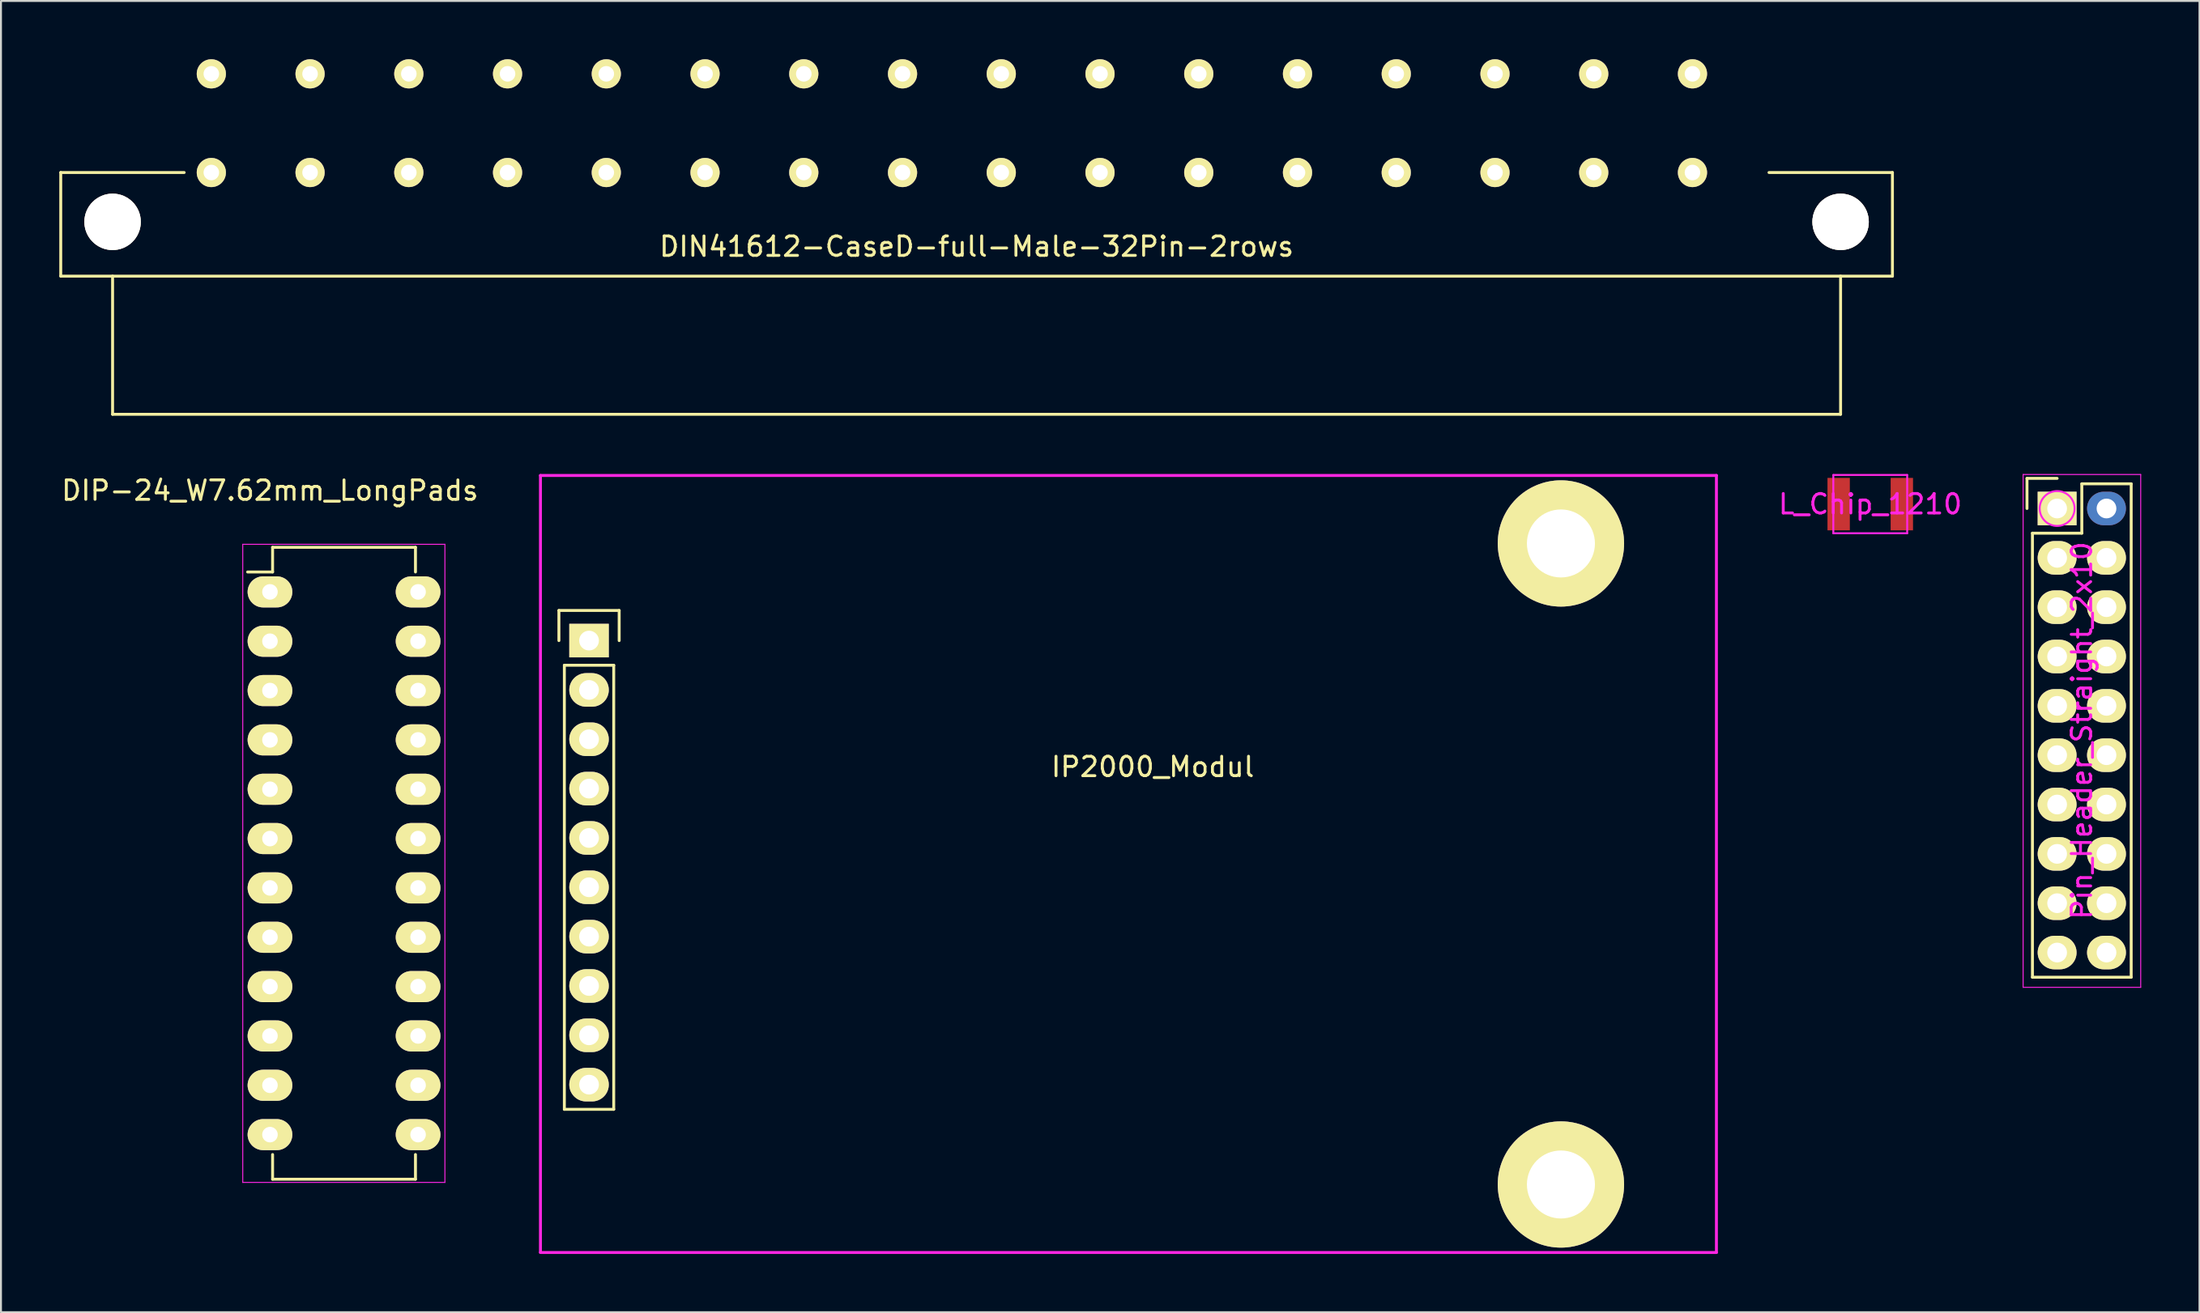
<source format=kicad_pcb>
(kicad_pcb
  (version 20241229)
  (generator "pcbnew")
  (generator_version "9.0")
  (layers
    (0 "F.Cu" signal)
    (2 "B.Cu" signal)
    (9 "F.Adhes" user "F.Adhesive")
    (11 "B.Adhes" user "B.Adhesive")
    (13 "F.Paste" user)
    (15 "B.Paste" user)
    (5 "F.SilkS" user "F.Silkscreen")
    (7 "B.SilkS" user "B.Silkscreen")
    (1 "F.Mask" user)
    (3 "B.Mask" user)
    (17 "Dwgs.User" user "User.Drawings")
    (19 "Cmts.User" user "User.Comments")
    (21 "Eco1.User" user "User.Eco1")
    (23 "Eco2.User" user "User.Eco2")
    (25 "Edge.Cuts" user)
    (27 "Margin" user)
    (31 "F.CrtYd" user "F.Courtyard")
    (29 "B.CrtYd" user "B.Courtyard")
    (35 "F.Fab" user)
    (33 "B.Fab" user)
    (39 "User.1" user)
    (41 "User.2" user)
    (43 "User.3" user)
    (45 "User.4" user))
  (footprint "Pin_Header_Straight_2x10"
    (layer "F.Cu")
    (at 102.782 23.127)
    (property "Reference" "Pin_Header_Straight_2x10" (at 1.27 11.43 90) (layer "F.CrtYd") (effects (font (size 1 1) (thickness 0.15))))
    (attr through_hole)
    (fp_line (start -1.55 -1.55) (end -1.55 0) (stroke (width 0.15) (type solid)) (layer "F.SilkS"))
    (fp_line (start -1.27 1.27) (end -1.27 24.13) (stroke (width 0.15) (type solid)) (layer "F.SilkS"))
    (fp_line (start 0 -1.55) (end -1.55 -1.55) (stroke (width 0.15) (type solid)) (layer "F.SilkS"))
    (fp_line (start 1.27 -1.27) (end 1.27 1.27) (stroke (width 0.15) (type solid)) (layer "F.SilkS"))
    (fp_line (start 1.27 1.27) (end -1.27 1.27) (stroke (width 0.15) (type solid)) (layer "F.SilkS"))
    (fp_line (start 3.81 -1.27) (end 1.27 -1.27) (stroke (width 0.15) (type solid)) (layer "F.SilkS"))
    (fp_line (start 3.81 24.13) (end -1.27 24.13) (stroke (width 0.15) (type solid)) (layer "F.SilkS"))
    (fp_line (start 3.81 24.13) (end 3.81 -1.27) (stroke (width 0.15) (type solid)) (layer "F.SilkS"))
    (fp_line (start -1.75 -1.75) (end -1.75 24.65) (stroke (width 0.05) (type solid)) (layer "F.CrtYd"))
    (fp_line (start -1.75 -1.75) (end 4.3 -1.75) (stroke (width 0.05) (type solid)) (layer "F.CrtYd"))
    (fp_line (start -1.75 24.65) (end 4.3 24.65) (stroke (width 0.05) (type solid)) (layer "F.CrtYd"))
    (fp_line (start 4.3 -1.75) (end 4.3 24.65) (stroke (width 0.05) (type solid)) (layer "F.CrtYd"))
    (fp_circle (center 0 0) (end 0.635 0.635) (stroke (width 0.1) (type solid)) (fill no) (layer "F.CrtYd"))
    (pad "1" thru_hole rect (at 0 0) (size 2 1.727) (drill 1.016) (layers "*.Cu" "*.Mask" "F.SilkS"))
    (pad "2" thru_hole oval (at 2.54 0) (size 2 1.727) (drill 1.016) (layers "*.Cu" "*.Mask"))
    (pad "3" thru_hole oval (at 0 2.54) (size 2 1.727) (drill 1.016) (layers "*.Cu" "*.Mask" "F.SilkS"))
    (pad "4" thru_hole oval (at 2.54 2.54) (size 2 1.727) (drill 1.016) (layers "*.Cu" "*.Mask" "F.SilkS"))
    (pad "5" thru_hole oval (at 0 5.08) (size 2 1.727) (drill 1.016) (layers "*.Cu" "*.Mask" "F.SilkS"))
    (pad "6" thru_hole oval (at 2.54 5.08) (size 2 1.727) (drill 1.016) (layers "*.Cu" "*.Mask" "F.SilkS"))
    (pad "7" thru_hole oval (at 0 7.62) (size 2 1.727) (drill 1.016) (layers "*.Cu" "*.Mask" "F.SilkS"))
    (pad "8" thru_hole oval (at 2.54 7.62) (size 2 1.727) (drill 1.016) (layers "*.Cu" "*.Mask" "F.SilkS"))
    (pad "9" thru_hole oval (at 0 10.16) (size 2 1.727) (drill 1.016) (layers "*.Cu" "*.Mask" "F.SilkS"))
    (pad "10" thru_hole oval (at 2.54 10.16) (size 2 1.727) (drill 1.016) (layers "*.Cu" "*.Mask" "F.SilkS"))
    (pad "11" thru_hole oval (at 0 12.7) (size 2 1.727) (drill 1.016) (layers "*.Cu" "*.Mask" "F.SilkS"))
    (pad "12" thru_hole oval (at 2.54 12.7) (size 2 1.727) (drill 1.016) (layers "*.Cu" "*.Mask" "F.SilkS"))
    (pad "13" thru_hole oval (at 0 15.24) (size 2 1.727) (drill 1.016) (layers "*.Cu" "*.Mask" "F.SilkS"))
    (pad "14" thru_hole oval (at 2.54 15.24) (size 2 1.727) (drill 1.016) (layers "*.Cu" "*.Mask" "F.SilkS"))
    (pad "15" thru_hole oval (at 0 17.78) (size 2 1.727) (drill 1.016) (layers "*.Cu" "*.Mask" "F.SilkS"))
    (pad "16" thru_hole oval (at 2.54 17.78) (size 2 1.727) (drill 1.016) (layers "*.Cu" "*.Mask" "F.SilkS"))
    (pad "17" thru_hole oval (at 0 20.32) (size 2 1.727) (drill 1.016) (layers "*.Cu" "*.Mask" "F.SilkS"))
    (pad "18" thru_hole oval (at 2.54 20.32) (size 2 1.727) (drill 1.016) (layers "*.Cu" "*.Mask" "F.SilkS"))
    (pad "19" thru_hole oval (at 0 22.86) (size 2 1.727) (drill 1.016) (layers "*.Cu" "*.Mask" "F.SilkS"))
    (pad "20" thru_hole oval (at 2.54 22.86) (size 2 1.727) (drill 1.016) (layers "*.Cu" "*.Mask" "F.SilkS")))
  (footprint "L_Chip_1210"
    (layer "F.Cu")
    (at 93.168 22.902)
    (property "Reference" "L_Chip_1210" (at 0 0 0) (layer "F.CrtYd") (effects (font (size 1 1) (thickness 0.15))))
    (attr smd)
    (fp_line (start -1.9 -1.5) (end 1.9 -1.5) (stroke (width 0.1) (type solid)) (layer "F.CrtYd"))
    (fp_line (start -1.9 1.5) (end -1.9 -1.5) (stroke (width 0.1) (type solid)) (layer "F.CrtYd"))
    (fp_line (start 1.9 -1.5) (end 1.9 1.5) (stroke (width 0.1) (type solid)) (layer "F.CrtYd"))
    (fp_line (start 1.9 1.5) (end -1.9 1.5) (stroke (width 0.1) (type solid)) (layer "F.CrtYd"))
    (pad "1" smd rect (at -1.625 0) (size 1.15 2.7) (layers "F.Cu" "F.Mask" "F.Paste"))
    (pad "2" smd rect (at 1.625 0) (size 1.15 2.7) (layers "F.Cu" "F.Mask" "F.Paste")))
  (footprint "DIN41612-CaseD-full-Male-32Pin-2rows"
    (layer "F.Cu")
    (at 47.192 3.291)
    (property "Reference" "DIN41612-CaseD-full-Male-32Pin-2rows" (at 0 6.35 0) (layer "F.SilkS") (effects (font (size 1 1) (thickness 0.15))))
    (attr through_hole)
    (fp_line (start -47.117 2.54) (end -40.767 2.54) (stroke (width 0.15) (type solid)) (layer "F.SilkS"))
    (fp_line (start -47.117 7.874) (end -47.117 2.54) (stroke (width 0.15) (type solid)) (layer "F.SilkS"))
    (fp_line (start -44.45 14.986) (end -44.45 7.874) (stroke (width 0.15) (type solid)) (layer "F.SilkS"))
    (fp_line (start 44.45 7.874) (end 44.45 14.986) (stroke (width 0.15) (type solid)) (layer "F.SilkS"))
    (fp_line (start 44.45 14.986) (end -44.45 14.986) (stroke (width 0.15) (type solid)) (layer "F.SilkS"))
    (fp_line (start 47.117 2.54) (end 40.767 2.54) (stroke (width 0.15) (type solid)) (layer "F.SilkS"))
    (fp_line (start 47.117 2.54) (end 47.117 7.874) (stroke (width 0.15) (type solid)) (layer "F.SilkS"))
    (fp_line (start 47.117 7.874) (end -47.117 7.874) (stroke (width 0.15) (type solid)) (layer "F.SilkS"))
    (pad "1" thru_hole circle (at -44.45 5.08) (size 2.901 2.901) (drill 2.901) (layers "*.Cu" "*.Mask" "F.SilkS"))
    (pad "1" thru_hole circle (at 44.45 5.08) (size 2.901 2.901) (drill 2.901) (layers "*.Cu" "*.Mask" "F.SilkS"))
    (pad "2a" thru_hole circle (at 36.83 -2.54 180) (size 1.501 1.501) (drill 0.8) (layers "*.Cu" "*.Mask" "F.SilkS"))
    (pad "2c" thru_hole circle (at 36.83 2.54 180) (size 1.501 1.501) (drill 0.8) (layers "*.Cu" "*.Mask" "F.SilkS"))
    (pad "4a" thru_hole circle (at 31.75 -2.54 180) (size 1.501 1.501) (drill 0.8) (layers "*.Cu" "*.Mask" "F.SilkS"))
    (pad "4c" thru_hole circle (at 31.75 2.54 180) (size 1.501 1.501) (drill 0.8) (layers "*.Cu" "*.Mask" "F.SilkS"))
    (pad "6a" thru_hole circle (at 26.67 -2.54 180) (size 1.501 1.501) (drill 0.8) (layers "*.Cu" "*.Mask" "F.SilkS"))
    (pad "6c" thru_hole circle (at 26.67 2.54 180) (size 1.501 1.501) (drill 0.8) (layers "*.Cu" "*.Mask" "F.SilkS"))
    (pad "8a" thru_hole circle (at 21.59 -2.54 180) (size 1.501 1.501) (drill 0.8) (layers "*.Cu" "*.Mask" "F.SilkS"))
    (pad "8c" thru_hole circle (at 21.59 2.54 180) (size 1.501 1.501) (drill 0.8) (layers "*.Cu" "*.Mask" "F.SilkS"))
    (pad "10a" thru_hole circle (at 16.51 -2.54 180) (size 1.501 1.501) (drill 0.8) (layers "*.Cu" "*.Mask" "F.SilkS"))
    (pad "10c" thru_hole circle (at 16.51 2.54 180) (size 1.501 1.501) (drill 0.8) (layers "*.Cu" "*.Mask" "F.SilkS"))
    (pad "12a" thru_hole circle (at 11.43 -2.54 180) (size 1.501 1.501) (drill 0.8) (layers "*.Cu" "*.Mask" "F.SilkS"))
    (pad "12c" thru_hole circle (at 11.43 2.54 180) (size 1.501 1.501) (drill 0.8) (layers "*.Cu" "*.Mask" "F.SilkS"))
    (pad "14a" thru_hole circle (at 6.35 -2.54 180) (size 1.501 1.501) (drill 0.8) (layers "*.Cu" "*.Mask" "F.SilkS"))
    (pad "14c" thru_hole circle (at 6.35 2.54 180) (size 1.501 1.501) (drill 0.8) (layers "*.Cu" "*.Mask" "F.SilkS"))
    (pad "16a" thru_hole circle (at 1.27 -2.54 180) (size 1.501 1.501) (drill 0.8) (layers "*.Cu" "*.Mask" "F.SilkS"))
    (pad "16c" thru_hole circle (at 1.27 2.54 180) (size 1.501 1.501) (drill 0.8) (layers "*.Cu" "*.Mask" "F.SilkS"))
    (pad "18a" thru_hole circle (at -3.81 -2.54 180) (size 1.501 1.501) (drill 0.8) (layers "*.Cu" "*.Mask" "F.SilkS"))
    (pad "18c" thru_hole circle (at -3.81 2.54 180) (size 1.501 1.501) (drill 0.8) (layers "*.Cu" "*.Mask" "F.SilkS"))
    (pad "20a" thru_hole circle (at -8.89 -2.54 180) (size 1.501 1.501) (drill 0.8) (layers "*.Cu" "*.Mask" "F.SilkS"))
    (pad "20c" thru_hole circle (at -8.89 2.54 180) (size 1.501 1.501) (drill 0.8) (layers "*.Cu" "*.Mask" "F.SilkS"))
    (pad "22a" thru_hole circle (at -13.97 -2.54 180) (size 1.501 1.501) (drill 0.8) (layers "*.Cu" "*.Mask" "F.SilkS"))
    (pad "22c" thru_hole circle (at -13.97 2.54 180) (size 1.501 1.501) (drill 0.8) (layers "*.Cu" "*.Mask" "F.SilkS"))
    (pad "24a" thru_hole circle (at -19.05 -2.54 180) (size 1.501 1.501) (drill 0.8) (layers "*.Cu" "*.Mask" "F.SilkS"))
    (pad "24c" thru_hole circle (at -19.05 2.54 180) (size 1.501 1.501) (drill 0.8) (layers "*.Cu" "*.Mask" "F.SilkS"))
    (pad "26a" thru_hole circle (at -24.13 -2.54 180) (size 1.501 1.501) (drill 0.8) (layers "*.Cu" "*.Mask" "F.SilkS"))
    (pad "26c" thru_hole circle (at -24.13 2.54 180) (size 1.501 1.501) (drill 0.8) (layers "*.Cu" "*.Mask" "F.SilkS"))
    (pad "28a" thru_hole circle (at -29.21 -2.54 180) (size 1.501 1.501) (drill 0.8) (layers "*.Cu" "*.Mask" "F.SilkS"))
    (pad "28c" thru_hole circle (at -29.21 2.54 180) (size 1.501 1.501) (drill 0.8) (layers "*.Cu" "*.Mask" "F.SilkS"))
    (pad "30a" thru_hole circle (at -34.29 -2.54 180) (size 1.501 1.501) (drill 0.8) (layers "*.Cu" "*.Mask" "F.SilkS"))
    (pad "30c" thru_hole circle (at -34.29 2.54 180) (size 1.501 1.501) (drill 0.8) (layers "*.Cu" "*.Mask" "F.SilkS"))
    (pad "32a" thru_hole circle (at -39.37 -2.54 180) (size 1.501 1.501) (drill 0.8) (layers "*.Cu" "*.Mask" "F.SilkS"))
    (pad "32c" thru_hole circle (at -39.37 2.54 180) (size 1.501 1.501) (drill 0.8) (layers "*.Cu" "*.Mask" "F.SilkS")))
  (footprint "DIP-24_W7.62mm_LongPads"
    (layer "F.Cu")
    (at 10.839 27.42)
    (property "Reference" "DIP-24_W7.62mm_LongPads" (at 0 -5.22 0) (layer "F.SilkS") (effects (font (size 1 1) (thickness 0.15))))
    (attr through_hole)
    (fp_line (start 0.135 -2.295) (end 0.135 -1.025) (stroke (width 0.15) (type solid)) (layer "F.SilkS"))
    (fp_line (start 0.135 -2.295) (end 7.485 -2.295) (stroke (width 0.15) (type solid)) (layer "F.SilkS"))
    (fp_line (start 0.135 -1.025) (end -1.15 -1.025) (stroke (width 0.15) (type solid)) (layer "F.SilkS"))
    (fp_line (start 0.135 30.235) (end 0.135 28.965) (stroke (width 0.15) (type solid)) (layer "F.SilkS"))
    (fp_line (start 0.135 30.235) (end 7.485 30.235) (stroke (width 0.15) (type solid)) (layer "F.SilkS"))
    (fp_line (start 7.485 -2.295) (end 7.485 -1.025) (stroke (width 0.15) (type solid)) (layer "F.SilkS"))
    (fp_line (start 7.485 30.235) (end 7.485 28.965) (stroke (width 0.15) (type solid)) (layer "F.SilkS"))
    (fp_line (start -1.4 -2.45) (end -1.4 30.4) (stroke (width 0.05) (type solid)) (layer "F.CrtYd"))
    (fp_line (start -1.4 -2.45) (end 9 -2.45) (stroke (width 0.05) (type solid)) (layer "F.CrtYd"))
    (fp_line (start -1.4 30.4) (end 9 30.4) (stroke (width 0.05) (type solid)) (layer "F.CrtYd"))
    (fp_line (start 9 -2.45) (end 9 30.4) (stroke (width 0.05) (type solid)) (layer "F.CrtYd"))
    (pad "1" thru_hole oval (at 0 0) (size 2.3 1.6) (drill 0.8) (layers "*.Cu" "*.Mask" "F.SilkS"))
    (pad "2" thru_hole oval (at 0 2.54) (size 2.3 1.6) (drill 0.8) (layers "*.Cu" "*.Mask" "F.SilkS"))
    (pad "3" thru_hole oval (at 0 5.08) (size 2.3 1.6) (drill 0.8) (layers "*.Cu" "*.Mask" "F.SilkS"))
    (pad "4" thru_hole oval (at 0 7.62) (size 2.3 1.6) (drill 0.8) (layers "*.Cu" "*.Mask" "F.SilkS"))
    (pad "5" thru_hole oval (at 0 10.16) (size 2.3 1.6) (drill 0.8) (layers "*.Cu" "*.Mask" "F.SilkS"))
    (pad "6" thru_hole oval (at 0 12.7) (size 2.3 1.6) (drill 0.8) (layers "*.Cu" "*.Mask" "F.SilkS"))
    (pad "7" thru_hole oval (at 0 15.24) (size 2.3 1.6) (drill 0.8) (layers "*.Cu" "*.Mask" "F.SilkS"))
    (pad "8" thru_hole oval (at 0 17.78) (size 2.3 1.6) (drill 0.8) (layers "*.Cu" "*.Mask" "F.SilkS"))
    (pad "9" thru_hole oval (at 0 20.32) (size 2.3 1.6) (drill 0.8) (layers "*.Cu" "*.Mask" "F.SilkS"))
    (pad "10" thru_hole oval (at 0 22.86) (size 2.3 1.6) (drill 0.8) (layers "*.Cu" "*.Mask" "F.SilkS"))
    (pad "11" thru_hole oval (at 0 25.4) (size 2.3 1.6) (drill 0.8) (layers "*.Cu" "*.Mask" "F.SilkS"))
    (pad "12" thru_hole oval (at 0 27.94) (size 2.3 1.6) (drill 0.8) (layers "*.Cu" "*.Mask" "F.SilkS"))
    (pad "13" thru_hole oval (at 7.62 27.94) (size 2.3 1.6) (drill 0.8) (layers "*.Cu" "*.Mask" "F.SilkS"))
    (pad "14" thru_hole oval (at 7.62 25.4) (size 2.3 1.6) (drill 0.8) (layers "*.Cu" "*.Mask" "F.SilkS"))
    (pad "15" thru_hole oval (at 7.62 22.86) (size 2.3 1.6) (drill 0.8) (layers "*.Cu" "*.Mask" "F.SilkS"))
    (pad "16" thru_hole oval (at 7.62 20.32) (size 2.3 1.6) (drill 0.8) (layers "*.Cu" "*.Mask" "F.SilkS"))
    (pad "17" thru_hole oval (at 7.62 17.78) (size 2.3 1.6) (drill 0.8) (layers "*.Cu" "*.Mask" "F.SilkS"))
    (pad "18" thru_hole oval (at 7.62 15.24) (size 2.3 1.6) (drill 0.8) (layers "*.Cu" "*.Mask" "F.SilkS"))
    (pad "19" thru_hole oval (at 7.62 12.7) (size 2.3 1.6) (drill 0.8) (layers "*.Cu" "*.Mask" "F.SilkS"))
    (pad "20" thru_hole oval (at 7.62 10.16) (size 2.3 1.6) (drill 0.8) (layers "*.Cu" "*.Mask" "F.SilkS"))
    (pad "21" thru_hole oval (at 7.62 7.62) (size 2.3 1.6) (drill 0.8) (layers "*.Cu" "*.Mask" "F.SilkS"))
    (pad "22" thru_hole oval (at 7.62 5.08) (size 2.3 1.6) (drill 0.8) (layers "*.Cu" "*.Mask" "F.SilkS"))
    (pad "23" thru_hole oval (at 7.62 2.54) (size 2.3 1.6) (drill 0.8) (layers "*.Cu" "*.Mask" "F.SilkS"))
    (pad "24" thru_hole oval (at 7.62 0) (size 2.3 1.6) (drill 0.8) (layers "*.Cu" "*.Mask" "F.SilkS")))
  (footprint "IP2000_Modul"
    (layer "F.Cu")
    (at 27.254 29.927)
    (property "Reference" "IP2000_Modul" (at 29 6.5 0) (layer "F.SilkS") (effects (font (size 1 1) (thickness 0.15))))
    (attr through_hole)
    (fp_line (start -1.55 -1.55) (end 1.55 -1.55) (stroke (width 0.15) (type solid)) (layer "F.SilkS"))
    (fp_line (start -1.55 0) (end -1.55 -1.55) (stroke (width 0.15) (type solid)) (layer "F.SilkS"))
    (fp_line (start -1.27 24.13) (end -1.27 1.27) (stroke (width 0.15) (type solid)) (layer "F.SilkS"))
    (fp_line (start 1.27 1.27) (end -1.27 1.27) (stroke (width 0.15) (type solid)) (layer "F.SilkS"))
    (fp_line (start 1.27 1.27) (end 1.27 24.13) (stroke (width 0.15) (type solid)) (layer "F.SilkS"))
    (fp_line (start 1.27 24.13) (end -1.27 24.13) (stroke (width 0.15) (type solid)) (layer "F.SilkS"))
    (fp_line (start 1.55 -1.55) (end 1.55 0) (stroke (width 0.15) (type solid)) (layer "F.SilkS"))
    (fp_line (start -2.5 -8.5) (end 58 -8.5) (stroke (width 0.15) (type solid)) (layer "F.CrtYd"))
    (fp_line (start -2.5 -1.75) (end -2.5 24.65) (stroke (width 0.05) (type solid)) (layer "F.CrtYd"))
    (fp_line (start -2.5 31.5) (end -2.5 -8.5) (stroke (width 0.15) (type solid)) (layer "F.CrtYd"))
    (fp_line (start 58 -8.5) (end 58 31.5) (stroke (width 0.15) (type solid)) (layer "F.CrtYd"))
    (fp_line (start 58 31.5) (end -2.5 31.5) (stroke (width 0.15) (type solid)) (layer "F.CrtYd"))
    (pad "" np_thru_hole circle (at 50 -5) (size 6.5 6.5) (drill 3.5) (layers "*.Cu" "*.Mask" "F.SilkS"))
    (pad "" np_thru_hole circle (at 50 28) (size 6.5 6.5) (drill 3.5) (layers "*.Cu" "*.Mask" "F.SilkS"))
    (pad "1" thru_hole rect (at 0 0) (size 2.032 1.727) (drill 1.016) (layers "*.Cu" "*.Mask" "F.SilkS"))
    (pad "2" thru_hole oval (at 0 2.54) (size 2.032 1.727) (drill 1.016) (layers "*.Cu" "*.Mask" "F.SilkS"))
    (pad "3" thru_hole oval (at 0 5.08) (size 2.032 1.727) (drill 1.016) (layers "*.Cu" "*.Mask" "F.SilkS"))
    (pad "4" thru_hole oval (at 0 7.62) (size 2.032 1.727) (drill 1.016) (layers "*.Cu" "*.Mask" "F.SilkS"))
    (pad "5" thru_hole oval (at 0 10.16) (size 2.032 1.727) (drill 1.016) (layers "*.Cu" "*.Mask" "F.SilkS"))
    (pad "6" thru_hole oval (at 0 12.7) (size 2.032 1.727) (drill 1.016) (layers "*.Cu" "*.Mask" "F.SilkS"))
    (pad "7" thru_hole oval (at 0 15.24) (size 2.032 1.727) (drill 1.016) (layers "*.Cu" "*.Mask" "F.SilkS"))
    (pad "8" thru_hole oval (at 0 17.78) (size 2.032 1.727) (drill 1.016) (layers "*.Cu" "*.Mask" "F.SilkS"))
    (pad "9" thru_hole oval (at 0 20.32) (size 2.032 1.727) (drill 1.016) (layers "*.Cu" "*.Mask" "F.SilkS"))
    (pad "10" thru_hole oval (at 0 22.86) (size 2.032 1.727) (drill 1.016) (layers "*.Cu" "*.Mask" "F.SilkS")))
  (gr_rect
    (start -3 -3)
    (end 110.107 64.502)
    (stroke (width 0.1) (type default))
    (fill no)
    (layer "Edge.Cuts")))
</source>
